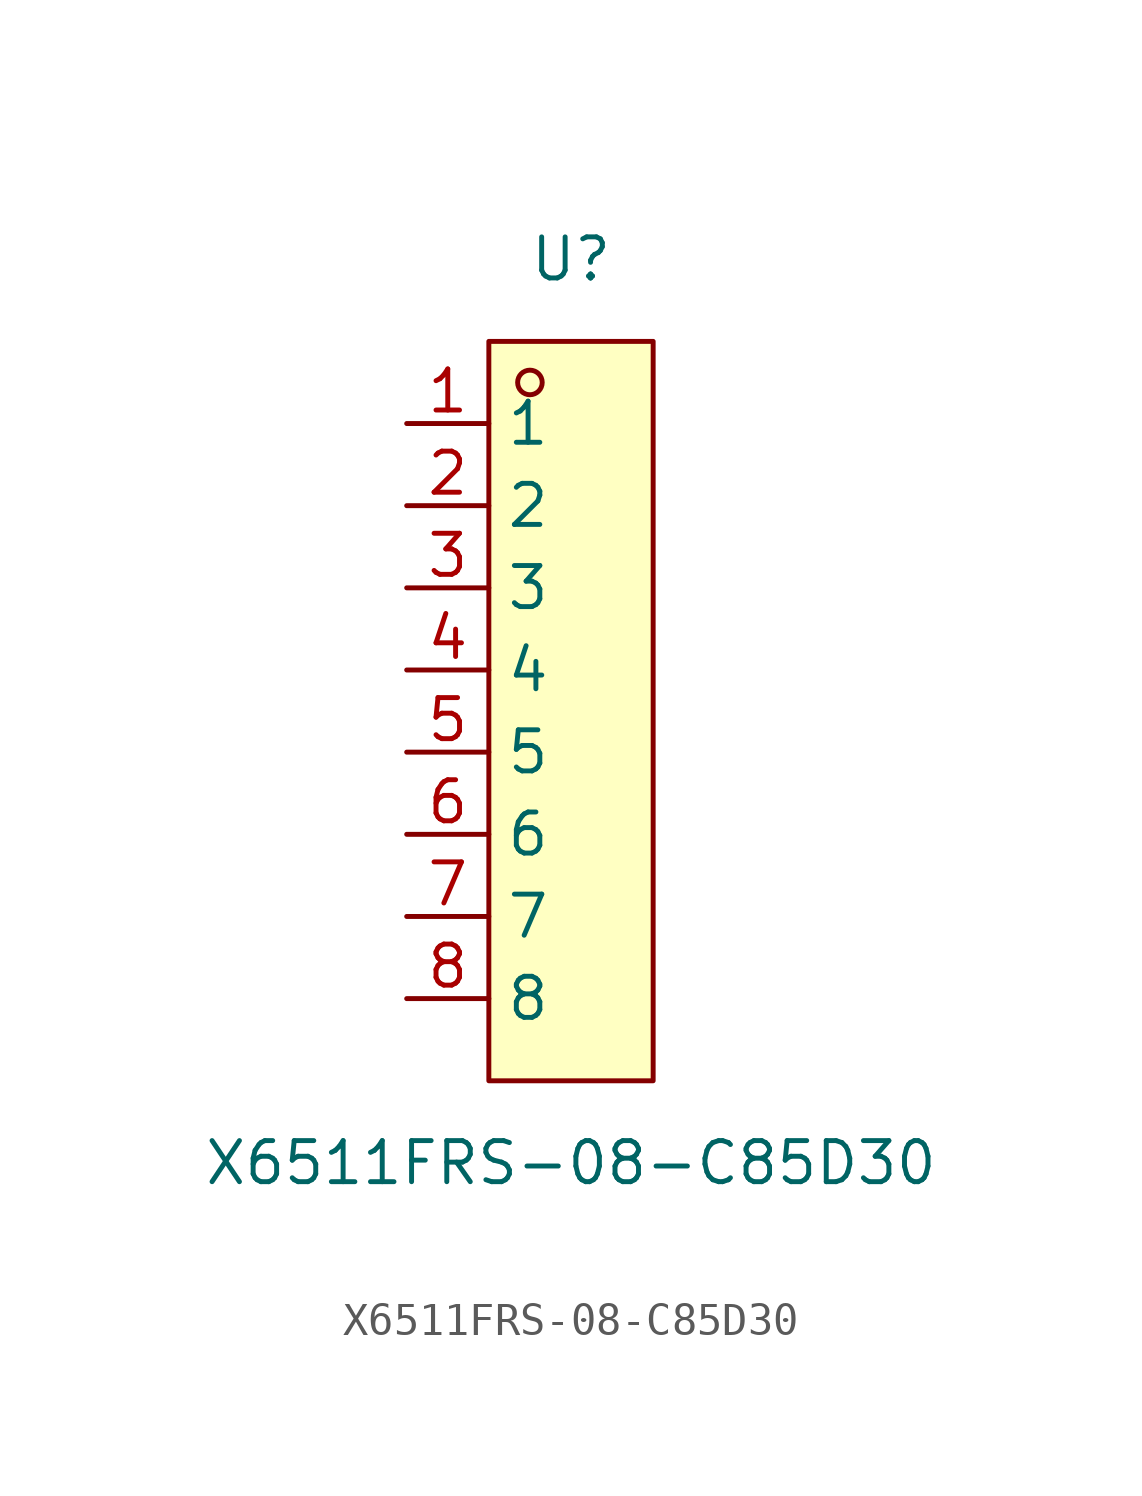
<source format=kicad_sym>
(kicad_symbol_lib
  (version 20211014)
  (generator https://github.com/uPesy/easyeda2kicad.py)
  (symbol "X6511FRS-08-C85D30"
    (property "Reference" "U"
      (at 0 13.97 0)
      (effects (font (size 1.27 1.27))))
    (property "Value" "X6511FRS-08-C85D30"
      (at 0 -13.97 0)
      (effects (font (size 1.27 1.27))))
    (symbol "X6511FRS-08-C85D30_0_1"
      (rectangle (start -2.54 11.43) (end 2.54 -11.43) (stroke (width 0) (type default) (color 0 0 0 0)) (fill (type background)))
      (circle (center -1.27 10.16) (radius 0.38) (stroke (width 0) (type default) (color 0 0 0 0)) (fill (type none)))
      (pin unspecified line (at -5.08 8.89 0) (length 2.54) (name "1" (effects (font (size 1.27 1.27)))) (number "1" (effects (font (size 1.27 1.27)))))
      (pin unspecified line (at -5.08 6.35 0) (length 2.54) (name "2" (effects (font (size 1.27 1.27)))) (number "2" (effects (font (size 1.27 1.27)))))
      (pin unspecified line (at -5.08 3.81 0) (length 2.54) (name "3" (effects (font (size 1.27 1.27)))) (number "3" (effects (font (size 1.27 1.27)))))
      (pin unspecified line (at -5.08 1.27 0) (length 2.54) (name "4" (effects (font (size 1.27 1.27)))) (number "4" (effects (font (size 1.27 1.27)))))
      (pin unspecified line (at -5.08 -1.27 0) (length 2.54) (name "5" (effects (font (size 1.27 1.27)))) (number "5" (effects (font (size 1.27 1.27)))))
      (pin unspecified line (at -5.08 -3.81 0) (length 2.54) (name "6" (effects (font (size 1.27 1.27)))) (number "6" (effects (font (size 1.27 1.27)))))
      (pin unspecified line (at -5.08 -6.35 0) (length 2.54) (name "7" (effects (font (size 1.27 1.27)))) (number "7" (effects (font (size 1.27 1.27)))))
      (pin unspecified line (at -5.08 -8.89 0) (length 2.54) (name "8" (effects (font (size 1.27 1.27)))) (number "8" (effects (font (size 1.27 1.27))))))))
</source>
